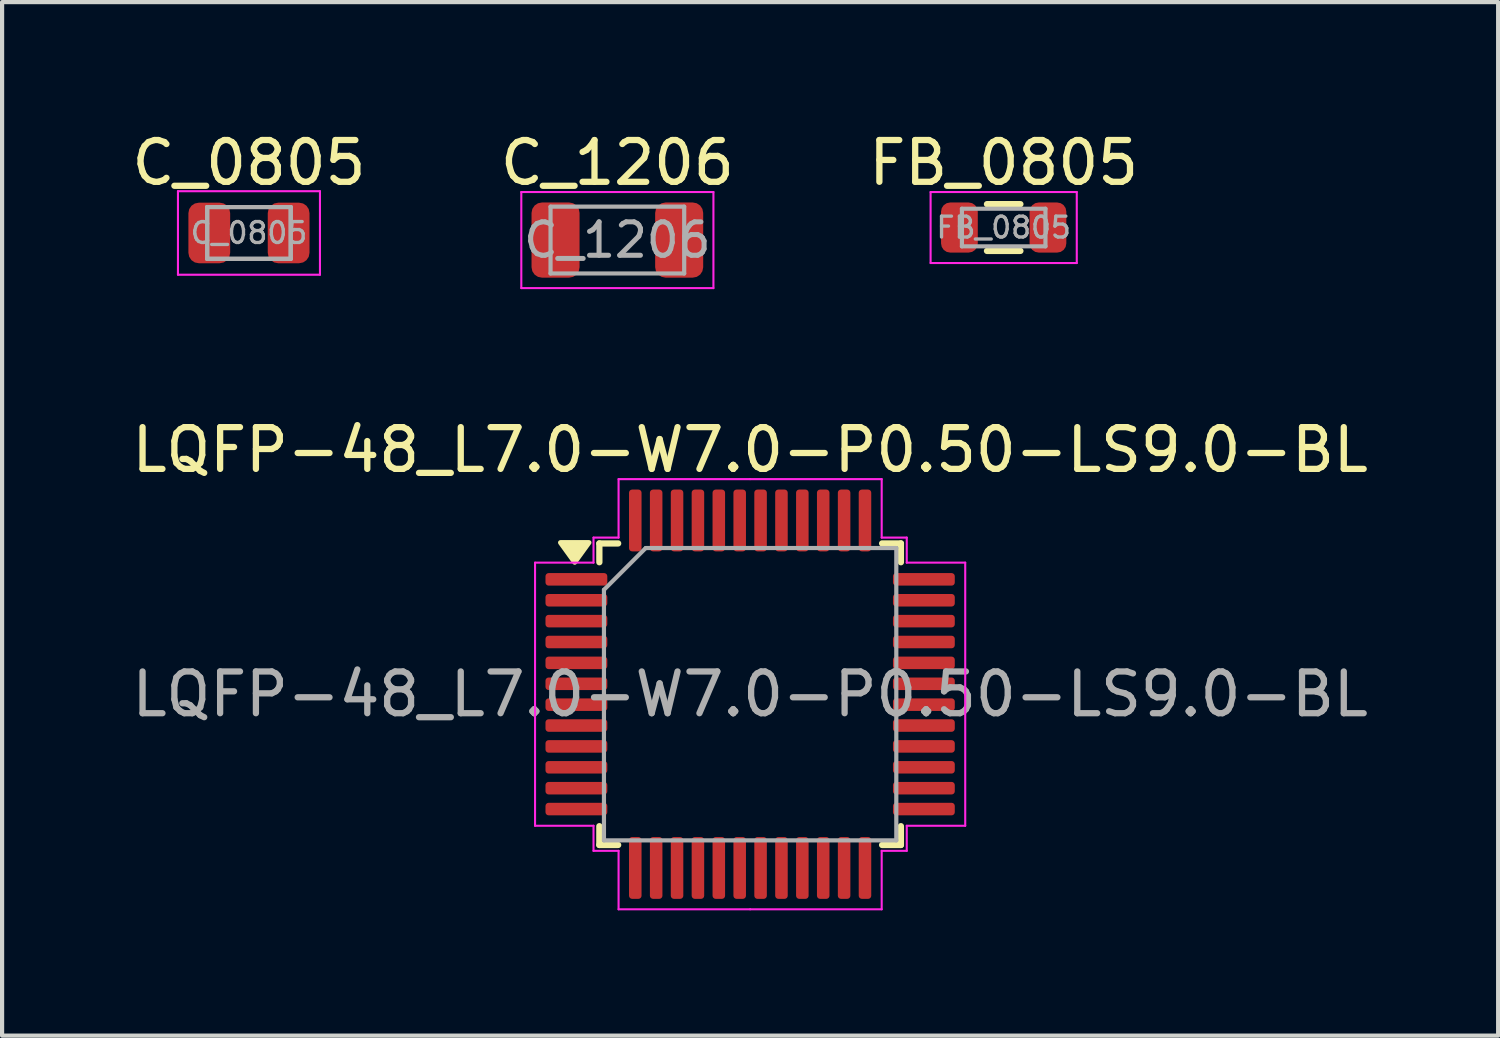
<source format=kicad_pcb>
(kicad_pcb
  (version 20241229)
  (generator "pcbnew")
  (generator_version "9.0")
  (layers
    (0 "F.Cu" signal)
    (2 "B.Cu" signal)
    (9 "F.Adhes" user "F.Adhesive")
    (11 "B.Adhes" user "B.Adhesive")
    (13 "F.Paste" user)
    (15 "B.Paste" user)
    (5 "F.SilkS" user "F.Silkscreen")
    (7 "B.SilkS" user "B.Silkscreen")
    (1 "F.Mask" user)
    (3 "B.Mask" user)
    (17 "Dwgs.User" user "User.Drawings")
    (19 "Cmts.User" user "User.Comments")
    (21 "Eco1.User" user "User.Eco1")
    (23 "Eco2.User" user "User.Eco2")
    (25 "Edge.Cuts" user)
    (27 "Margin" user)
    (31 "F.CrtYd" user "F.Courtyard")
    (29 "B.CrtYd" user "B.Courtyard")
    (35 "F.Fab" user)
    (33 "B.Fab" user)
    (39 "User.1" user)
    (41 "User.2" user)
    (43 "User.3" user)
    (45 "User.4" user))
  (footprint "C_0805"
    (layer "F.Cu")
    (at 2.911 2.528)
    (property "Reference" "C_0805" (at 0 -1.68 0) (layer "F.SilkS") (effects (font (size 1 1) (thickness 0.15))))
    (attr smd)
    (fp_line (start -1.7 -1) (end 1.7 -1) (stroke (width 0.05) (type solid)) (layer "F.CrtYd"))
    (fp_line (start -1.7 1) (end -1.7 -1) (stroke (width 0.05) (type solid)) (layer "F.CrtYd"))
    (fp_line (start 1.7 -1) (end 1.7 1) (stroke (width 0.05) (type solid)) (layer "F.CrtYd"))
    (fp_line (start 1.7 1) (end -1.7 1) (stroke (width 0.05) (type solid)) (layer "F.CrtYd"))
    (fp_line (start -1 -0.62) (end 1 -0.62) (stroke (width 0.1) (type solid)) (layer "F.Fab"))
    (fp_line (start -1 -0.62) (end 1 -0.62) (stroke (width 0.1) (type solid)) (layer "F.Fab"))
    (fp_line (start -1 0.62) (end -1 -0.62) (stroke (width 0.1) (type solid)) (layer "F.Fab"))
    (fp_line (start -1 0.62) (end -1 -0.62) (stroke (width 0.1) (type solid)) (layer "F.Fab"))
    (fp_line (start 1 -0.62) (end 1 0.62) (stroke (width 0.1) (type solid)) (layer "F.Fab"))
    (fp_line (start 1 -0.62) (end 1 0.62) (stroke (width 0.1) (type solid)) (layer "F.Fab"))
    (fp_line (start 1 0.62) (end -1 0.62) (stroke (width 0.1) (type solid)) (layer "F.Fab"))
    (fp_line (start 1 0.62) (end -1 0.62) (stroke (width 0.1) (type solid)) (layer "F.Fab"))
    (fp_text user "${REFERENCE}" (at 0 0 0) (layer "F.Fab") (effects (font (size 0.5 0.5) (thickness 0.08))))
    (pad "1" smd roundrect (at -0.95 0) (size 1 1.45) (layers "F.Cu" "F.Mask" "F.Paste") (roundrect_rratio 0.25))
    (pad "2" smd roundrect (at 0.95 0) (size 1 1.45) (layers "F.Cu" "F.Mask" "F.Paste") (roundrect_rratio 0.25)))
  (footprint "C_1206"
    (layer "F.Cu")
    (at 11.732 2.698)
    (property "Reference" "C_1206" (at 0 -1.85 0) (layer "F.SilkS") (effects (font (size 1 1) (thickness 0.15))))
    (attr smd)
    (fp_line (start -2.3 -1.15) (end 2.3 -1.15) (stroke (width 0.05) (type solid)) (layer "F.CrtYd"))
    (fp_line (start -2.3 1.15) (end -2.3 -1.15) (stroke (width 0.05) (type solid)) (layer "F.CrtYd"))
    (fp_line (start 2.3 -1.15) (end 2.3 1.15) (stroke (width 0.05) (type solid)) (layer "F.CrtYd"))
    (fp_line (start 2.3 1.15) (end -2.3 1.15) (stroke (width 0.05) (type solid)) (layer "F.CrtYd"))
    (fp_line (start -1.6 -0.8) (end 1.6 -0.8) (stroke (width 0.1) (type solid)) (layer "F.Fab"))
    (fp_line (start -1.6 0.8) (end -1.6 -0.8) (stroke (width 0.1) (type solid)) (layer "F.Fab"))
    (fp_line (start 1.6 -0.8) (end 1.6 0.8) (stroke (width 0.1) (type solid)) (layer "F.Fab"))
    (fp_line (start 1.6 0.8) (end -1.6 0.8) (stroke (width 0.1) (type solid)) (layer "F.Fab"))
    (fp_text user "${REFERENCE}" (at 0 0 0) (layer "F.Fab") (effects (font (size 0.8 0.8) (thickness 0.12))))
    (pad "1" smd roundrect (at -1.48 0) (size 1.15 1.8) (layers "F.Cu" "F.Mask" "F.Paste") (roundrect_rratio 0.217))
    (pad "2" smd roundrect (at 1.48 0) (size 1.15 1.8) (layers "F.Cu" "F.Mask" "F.Paste") (roundrect_rratio 0.217)))
  (footprint "FB_0805"
    (layer "F.Cu")
    (at 20.982 2.398)
    (property "Reference" "FB_0805" (at 0 -1.55 0) (layer "F.SilkS") (effects (font (size 1 1) (thickness 0.15))))
    (attr smd)
    (fp_line (start -0.4 -0.56) (end 0.4 -0.56) (stroke (width 0.15) (type solid)) (layer "F.SilkS"))
    (fp_line (start -0.4 0.56) (end 0.4 0.56) (stroke (width 0.15) (type solid)) (layer "F.SilkS"))
    (fp_line (start -1.75 -0.85) (end 1.75 -0.85) (stroke (width 0.05) (type solid)) (layer "F.CrtYd"))
    (fp_line (start -1.75 0.85) (end -1.75 -0.85) (stroke (width 0.05) (type solid)) (layer "F.CrtYd"))
    (fp_line (start 1.75 -0.85) (end 1.75 0.85) (stroke (width 0.05) (type solid)) (layer "F.CrtYd"))
    (fp_line (start 1.75 0.85) (end -1.75 0.85) (stroke (width 0.05) (type solid)) (layer "F.CrtYd"))
    (fp_line (start -1 -0.45) (end 1 -0.45) (stroke (width 0.1) (type solid)) (layer "F.Fab"))
    (fp_line (start -1 0.45) (end -1 -0.45) (stroke (width 0.1) (type solid)) (layer "F.Fab"))
    (fp_line (start 1 -0.45) (end 1 0.45) (stroke (width 0.1) (type solid)) (layer "F.Fab"))
    (fp_line (start 1 0.45) (end -1 0.45) (stroke (width 0.1) (type solid)) (layer "F.Fab"))
    (fp_text user "${REFERENCE}" (at 0 0 0) (layer "F.Fab") (effects (font (size 0.5 0.5) (thickness 0.08))))
    (pad "1" smd roundrect (at -1.06 0) (size 0.88 1.2) (layers "F.Cu" "F.Mask" "F.Paste") (roundrect_rratio 0.25))
    (pad "2" smd roundrect (at 1.06 0) (size 0.88 1.2) (layers "F.Cu" "F.Mask" "F.Paste") (roundrect_rratio 0.25)))
  (footprint "LQFP-48_L7.0-W7.0-P0.50-LS9.0-BL"
    (layer "F.Cu")
    (at 14.911 13.572)
    (property "Reference" "LQFP-48_L7.0-W7.0-P0.50-LS9.0-BL" (at 0 -5.85 0) (layer "F.SilkS") (effects (font (size 1 1) (thickness 0.15))))
    (attr smd)
    (fp_line (start -3.61 -3.61) (end -3.61 -3.16) (stroke (width 0.15) (type solid)) (layer "F.SilkS"))
    (fp_line (start -3.61 3.61) (end -3.61 3.16) (stroke (width 0.15) (type solid)) (layer "F.SilkS"))
    (fp_line (start -3.16 -3.61) (end -3.61 -3.61) (stroke (width 0.15) (type solid)) (layer "F.SilkS"))
    (fp_line (start -3.16 3.61) (end -3.61 3.61) (stroke (width 0.15) (type solid)) (layer "F.SilkS"))
    (fp_line (start 3.16 -3.61) (end 3.61 -3.61) (stroke (width 0.15) (type solid)) (layer "F.SilkS"))
    (fp_line (start 3.16 3.61) (end 3.61 3.61) (stroke (width 0.15) (type solid)) (layer "F.SilkS"))
    (fp_line (start 3.61 -3.61) (end 3.61 -3.16) (stroke (width 0.15) (type solid)) (layer "F.SilkS"))
    (fp_line (start 3.61 3.61) (end 3.61 3.16) (stroke (width 0.15) (type solid)) (layer "F.SilkS"))
    (fp_poly (pts (xy -4.2 -3.16) (xy -4.54 -3.63) (xy -3.86 -3.63) (xy -4.2 -3.16)) (stroke (width 0.12) (type solid)) (fill yes) (layer "F.SilkS"))
    (fp_line (start -5.15 -3.15) (end -5.15 0) (stroke (width 0.05) (type solid)) (layer "F.CrtYd"))
    (fp_line (start -5.15 3.15) (end -5.15 0) (stroke (width 0.05) (type solid)) (layer "F.CrtYd"))
    (fp_line (start -3.75 -3.75) (end -3.75 -3.15) (stroke (width 0.05) (type solid)) (layer "F.CrtYd"))
    (fp_line (start -3.75 -3.15) (end -5.15 -3.15) (stroke (width 0.05) (type solid)) (layer "F.CrtYd"))
    (fp_line (start -3.75 3.15) (end -5.15 3.15) (stroke (width 0.05) (type solid)) (layer "F.CrtYd"))
    (fp_line (start -3.75 3.75) (end -3.75 3.15) (stroke (width 0.05) (type solid)) (layer "F.CrtYd"))
    (fp_line (start -3.15 -5.15) (end -3.15 -3.75) (stroke (width 0.05) (type solid)) (layer "F.CrtYd"))
    (fp_line (start -3.15 -3.75) (end -3.75 -3.75) (stroke (width 0.05) (type solid)) (layer "F.CrtYd"))
    (fp_line (start -3.15 3.75) (end -3.75 3.75) (stroke (width 0.05) (type solid)) (layer "F.CrtYd"))
    (fp_line (start -3.15 5.15) (end -3.15 3.75) (stroke (width 0.05) (type solid)) (layer "F.CrtYd"))
    (fp_line (start 0 -5.15) (end -3.15 -5.15) (stroke (width 0.05) (type solid)) (layer "F.CrtYd"))
    (fp_line (start 0 -5.15) (end 3.15 -5.15) (stroke (width 0.05) (type solid)) (layer "F.CrtYd"))
    (fp_line (start 0 5.15) (end -3.15 5.15) (stroke (width 0.05) (type solid)) (layer "F.CrtYd"))
    (fp_line (start 0 5.15) (end 3.15 5.15) (stroke (width 0.05) (type solid)) (layer "F.CrtYd"))
    (fp_line (start 3.15 -5.15) (end 3.15 -3.75) (stroke (width 0.05) (type solid)) (layer "F.CrtYd"))
    (fp_line (start 3.15 -3.75) (end 3.75 -3.75) (stroke (width 0.05) (type solid)) (layer "F.CrtYd"))
    (fp_line (start 3.15 3.75) (end 3.75 3.75) (stroke (width 0.05) (type solid)) (layer "F.CrtYd"))
    (fp_line (start 3.15 5.15) (end 3.15 3.75) (stroke (width 0.05) (type solid)) (layer "F.CrtYd"))
    (fp_line (start 3.75 -3.75) (end 3.75 -3.15) (stroke (width 0.05) (type solid)) (layer "F.CrtYd"))
    (fp_line (start 3.75 -3.15) (end 5.15 -3.15) (stroke (width 0.05) (type solid)) (layer "F.CrtYd"))
    (fp_line (start 3.75 3.15) (end 5.15 3.15) (stroke (width 0.05) (type solid)) (layer "F.CrtYd"))
    (fp_line (start 3.75 3.75) (end 3.75 3.15) (stroke (width 0.05) (type solid)) (layer "F.CrtYd"))
    (fp_line (start 5.15 -3.15) (end 5.15 0) (stroke (width 0.05) (type solid)) (layer "F.CrtYd"))
    (fp_line (start 5.15 3.15) (end 5.15 0) (stroke (width 0.05) (type solid)) (layer "F.CrtYd"))
    (fp_line (start -3.5 -2.5) (end -2.5 -3.5) (stroke (width 0.1) (type solid)) (layer "F.Fab"))
    (fp_line (start -3.5 3.5) (end -3.5 -2.5) (stroke (width 0.1) (type solid)) (layer "F.Fab"))
    (fp_line (start -2.5 -3.5) (end 3.5 -3.5) (stroke (width 0.1) (type solid)) (layer "F.Fab"))
    (fp_line (start 3.5 -3.5) (end 3.5 3.5) (stroke (width 0.1) (type solid)) (layer "F.Fab"))
    (fp_line (start 3.5 3.5) (end -3.5 3.5) (stroke (width 0.1) (type solid)) (layer "F.Fab"))
    (fp_text user "${REFERENCE}" (at 0 0 0) (layer "F.Fab") (effects (font (size 1 1) (thickness 0.15))))
    (pad "1" smd roundrect (at -4.16 -2.75) (size 1.48 0.3) (layers "F.Cu" "F.Mask" "F.Paste") (roundrect_rratio 0.25))
    (pad "2" smd roundrect (at -4.16 -2.25) (size 1.48 0.3) (layers "F.Cu" "F.Mask" "F.Paste") (roundrect_rratio 0.25))
    (pad "3" smd roundrect (at -4.16 -1.75) (size 1.48 0.3) (layers "F.Cu" "F.Mask" "F.Paste") (roundrect_rratio 0.25))
    (pad "4" smd roundrect (at -4.16 -1.25) (size 1.48 0.3) (layers "F.Cu" "F.Mask" "F.Paste") (roundrect_rratio 0.25))
    (pad "5" smd roundrect (at -4.16 -0.75) (size 1.48 0.3) (layers "F.Cu" "F.Mask" "F.Paste") (roundrect_rratio 0.25))
    (pad "6" smd roundrect (at -4.16 -0.25) (size 1.48 0.3) (layers "F.Cu" "F.Mask" "F.Paste") (roundrect_rratio 0.25))
    (pad "7" smd roundrect (at -4.16 0.25) (size 1.48 0.3) (layers "F.Cu" "F.Mask" "F.Paste") (roundrect_rratio 0.25))
    (pad "8" smd roundrect (at -4.16 0.75) (size 1.48 0.3) (layers "F.Cu" "F.Mask" "F.Paste") (roundrect_rratio 0.25))
    (pad "9" smd roundrect (at -4.16 1.25) (size 1.48 0.3) (layers "F.Cu" "F.Mask" "F.Paste") (roundrect_rratio 0.25))
    (pad "10" smd roundrect (at -4.16 1.75) (size 1.48 0.3) (layers "F.Cu" "F.Mask" "F.Paste") (roundrect_rratio 0.25))
    (pad "11" smd roundrect (at -4.16 2.25) (size 1.48 0.3) (layers "F.Cu" "F.Mask" "F.Paste") (roundrect_rratio 0.25))
    (pad "12" smd roundrect (at -4.16 2.75) (size 1.48 0.3) (layers "F.Cu" "F.Mask" "F.Paste") (roundrect_rratio 0.25))
    (pad "13" smd roundrect (at -2.75 4.16) (size 0.3 1.48) (layers "F.Cu" "F.Mask" "F.Paste") (roundrect_rratio 0.25))
    (pad "14" smd roundrect (at -2.25 4.16) (size 0.3 1.48) (layers "F.Cu" "F.Mask" "F.Paste") (roundrect_rratio 0.25))
    (pad "15" smd roundrect (at -1.75 4.16) (size 0.3 1.48) (layers "F.Cu" "F.Mask" "F.Paste") (roundrect_rratio 0.25))
    (pad "16" smd roundrect (at -1.25 4.16) (size 0.3 1.48) (layers "F.Cu" "F.Mask" "F.Paste") (roundrect_rratio 0.25))
    (pad "17" smd roundrect (at -0.75 4.16) (size 0.3 1.48) (layers "F.Cu" "F.Mask" "F.Paste") (roundrect_rratio 0.25))
    (pad "18" smd roundrect (at -0.25 4.16) (size 0.3 1.48) (layers "F.Cu" "F.Mask" "F.Paste") (roundrect_rratio 0.25))
    (pad "19" smd roundrect (at 0.25 4.16) (size 0.3 1.48) (layers "F.Cu" "F.Mask" "F.Paste") (roundrect_rratio 0.25))
    (pad "20" smd roundrect (at 0.75 4.16) (size 0.3 1.48) (layers "F.Cu" "F.Mask" "F.Paste") (roundrect_rratio 0.25))
    (pad "21" smd roundrect (at 1.25 4.16) (size 0.3 1.48) (layers "F.Cu" "F.Mask" "F.Paste") (roundrect_rratio 0.25))
    (pad "22" smd roundrect (at 1.75 4.16) (size 0.3 1.48) (layers "F.Cu" "F.Mask" "F.Paste") (roundrect_rratio 0.25))
    (pad "23" smd roundrect (at 2.25 4.16) (size 0.3 1.48) (layers "F.Cu" "F.Mask" "F.Paste") (roundrect_rratio 0.25))
    (pad "24" smd roundrect (at 2.75 4.16) (size 0.3 1.48) (layers "F.Cu" "F.Mask" "F.Paste") (roundrect_rratio 0.25))
    (pad "25" smd roundrect (at 4.16 2.75) (size 1.48 0.3) (layers "F.Cu" "F.Mask" "F.Paste") (roundrect_rratio 0.25))
    (pad "26" smd roundrect (at 4.16 2.25) (size 1.48 0.3) (layers "F.Cu" "F.Mask" "F.Paste") (roundrect_rratio 0.25))
    (pad "27" smd roundrect (at 4.16 1.75) (size 1.48 0.3) (layers "F.Cu" "F.Mask" "F.Paste") (roundrect_rratio 0.25))
    (pad "28" smd roundrect (at 4.16 1.25) (size 1.48 0.3) (layers "F.Cu" "F.Mask" "F.Paste") (roundrect_rratio 0.25))
    (pad "29" smd roundrect (at 4.16 0.75) (size 1.48 0.3) (layers "F.Cu" "F.Mask" "F.Paste") (roundrect_rratio 0.25))
    (pad "30" smd roundrect (at 4.16 0.25) (size 1.48 0.3) (layers "F.Cu" "F.Mask" "F.Paste") (roundrect_rratio 0.25))
    (pad "31" smd roundrect (at 4.16 -0.25) (size 1.48 0.3) (layers "F.Cu" "F.Mask" "F.Paste") (roundrect_rratio 0.25))
    (pad "32" smd roundrect (at 4.16 -0.75) (size 1.48 0.3) (layers "F.Cu" "F.Mask" "F.Paste") (roundrect_rratio 0.25))
    (pad "33" smd roundrect (at 4.16 -1.25) (size 1.48 0.3) (layers "F.Cu" "F.Mask" "F.Paste") (roundrect_rratio 0.25))
    (pad "34" smd roundrect (at 4.16 -1.75) (size 1.48 0.3) (layers "F.Cu" "F.Mask" "F.Paste") (roundrect_rratio 0.25))
    (pad "35" smd roundrect (at 4.16 -2.25) (size 1.48 0.3) (layers "F.Cu" "F.Mask" "F.Paste") (roundrect_rratio 0.25))
    (pad "36" smd roundrect (at 4.16 -2.75) (size 1.48 0.3) (layers "F.Cu" "F.Mask" "F.Paste") (roundrect_rratio 0.25))
    (pad "37" smd roundrect (at 2.75 -4.16) (size 0.3 1.48) (layers "F.Cu" "F.Mask" "F.Paste") (roundrect_rratio 0.25))
    (pad "38" smd roundrect (at 2.25 -4.16) (size 0.3 1.48) (layers "F.Cu" "F.Mask" "F.Paste") (roundrect_rratio 0.25))
    (pad "39" smd roundrect (at 1.75 -4.16) (size 0.3 1.48) (layers "F.Cu" "F.Mask" "F.Paste") (roundrect_rratio 0.25))
    (pad "40" smd roundrect (at 1.25 -4.16) (size 0.3 1.48) (layers "F.Cu" "F.Mask" "F.Paste") (roundrect_rratio 0.25))
    (pad "41" smd roundrect (at 0.75 -4.16) (size 0.3 1.48) (layers "F.Cu" "F.Mask" "F.Paste") (roundrect_rratio 0.25))
    (pad "42" smd roundrect (at 0.25 -4.16) (size 0.3 1.48) (layers "F.Cu" "F.Mask" "F.Paste") (roundrect_rratio 0.25))
    (pad "43" smd roundrect (at -0.25 -4.16) (size 0.3 1.48) (layers "F.Cu" "F.Mask" "F.Paste") (roundrect_rratio 0.25))
    (pad "44" smd roundrect (at -0.75 -4.16) (size 0.3 1.48) (layers "F.Cu" "F.Mask" "F.Paste") (roundrect_rratio 0.25))
    (pad "45" smd roundrect (at -1.25 -4.16) (size 0.3 1.48) (layers "F.Cu" "F.Mask" "F.Paste") (roundrect_rratio 0.25))
    (pad "46" smd roundrect (at -1.75 -4.16) (size 0.3 1.48) (layers "F.Cu" "F.Mask" "F.Paste") (roundrect_rratio 0.25))
    (pad "47" smd roundrect (at -2.25 -4.16) (size 0.3 1.48) (layers "F.Cu" "F.Mask" "F.Paste") (roundrect_rratio 0.25))
    (pad "48" smd roundrect (at -2.75 -4.16) (size 0.3 1.48) (layers "F.Cu" "F.Mask" "F.Paste") (roundrect_rratio 0.25)))
  (gr_rect
    (start -3 -3)
    (end 32.821 21.747)
    (stroke (width 0.1) (type default))
    (fill no)
    (layer "Edge.Cuts")))
</source>
